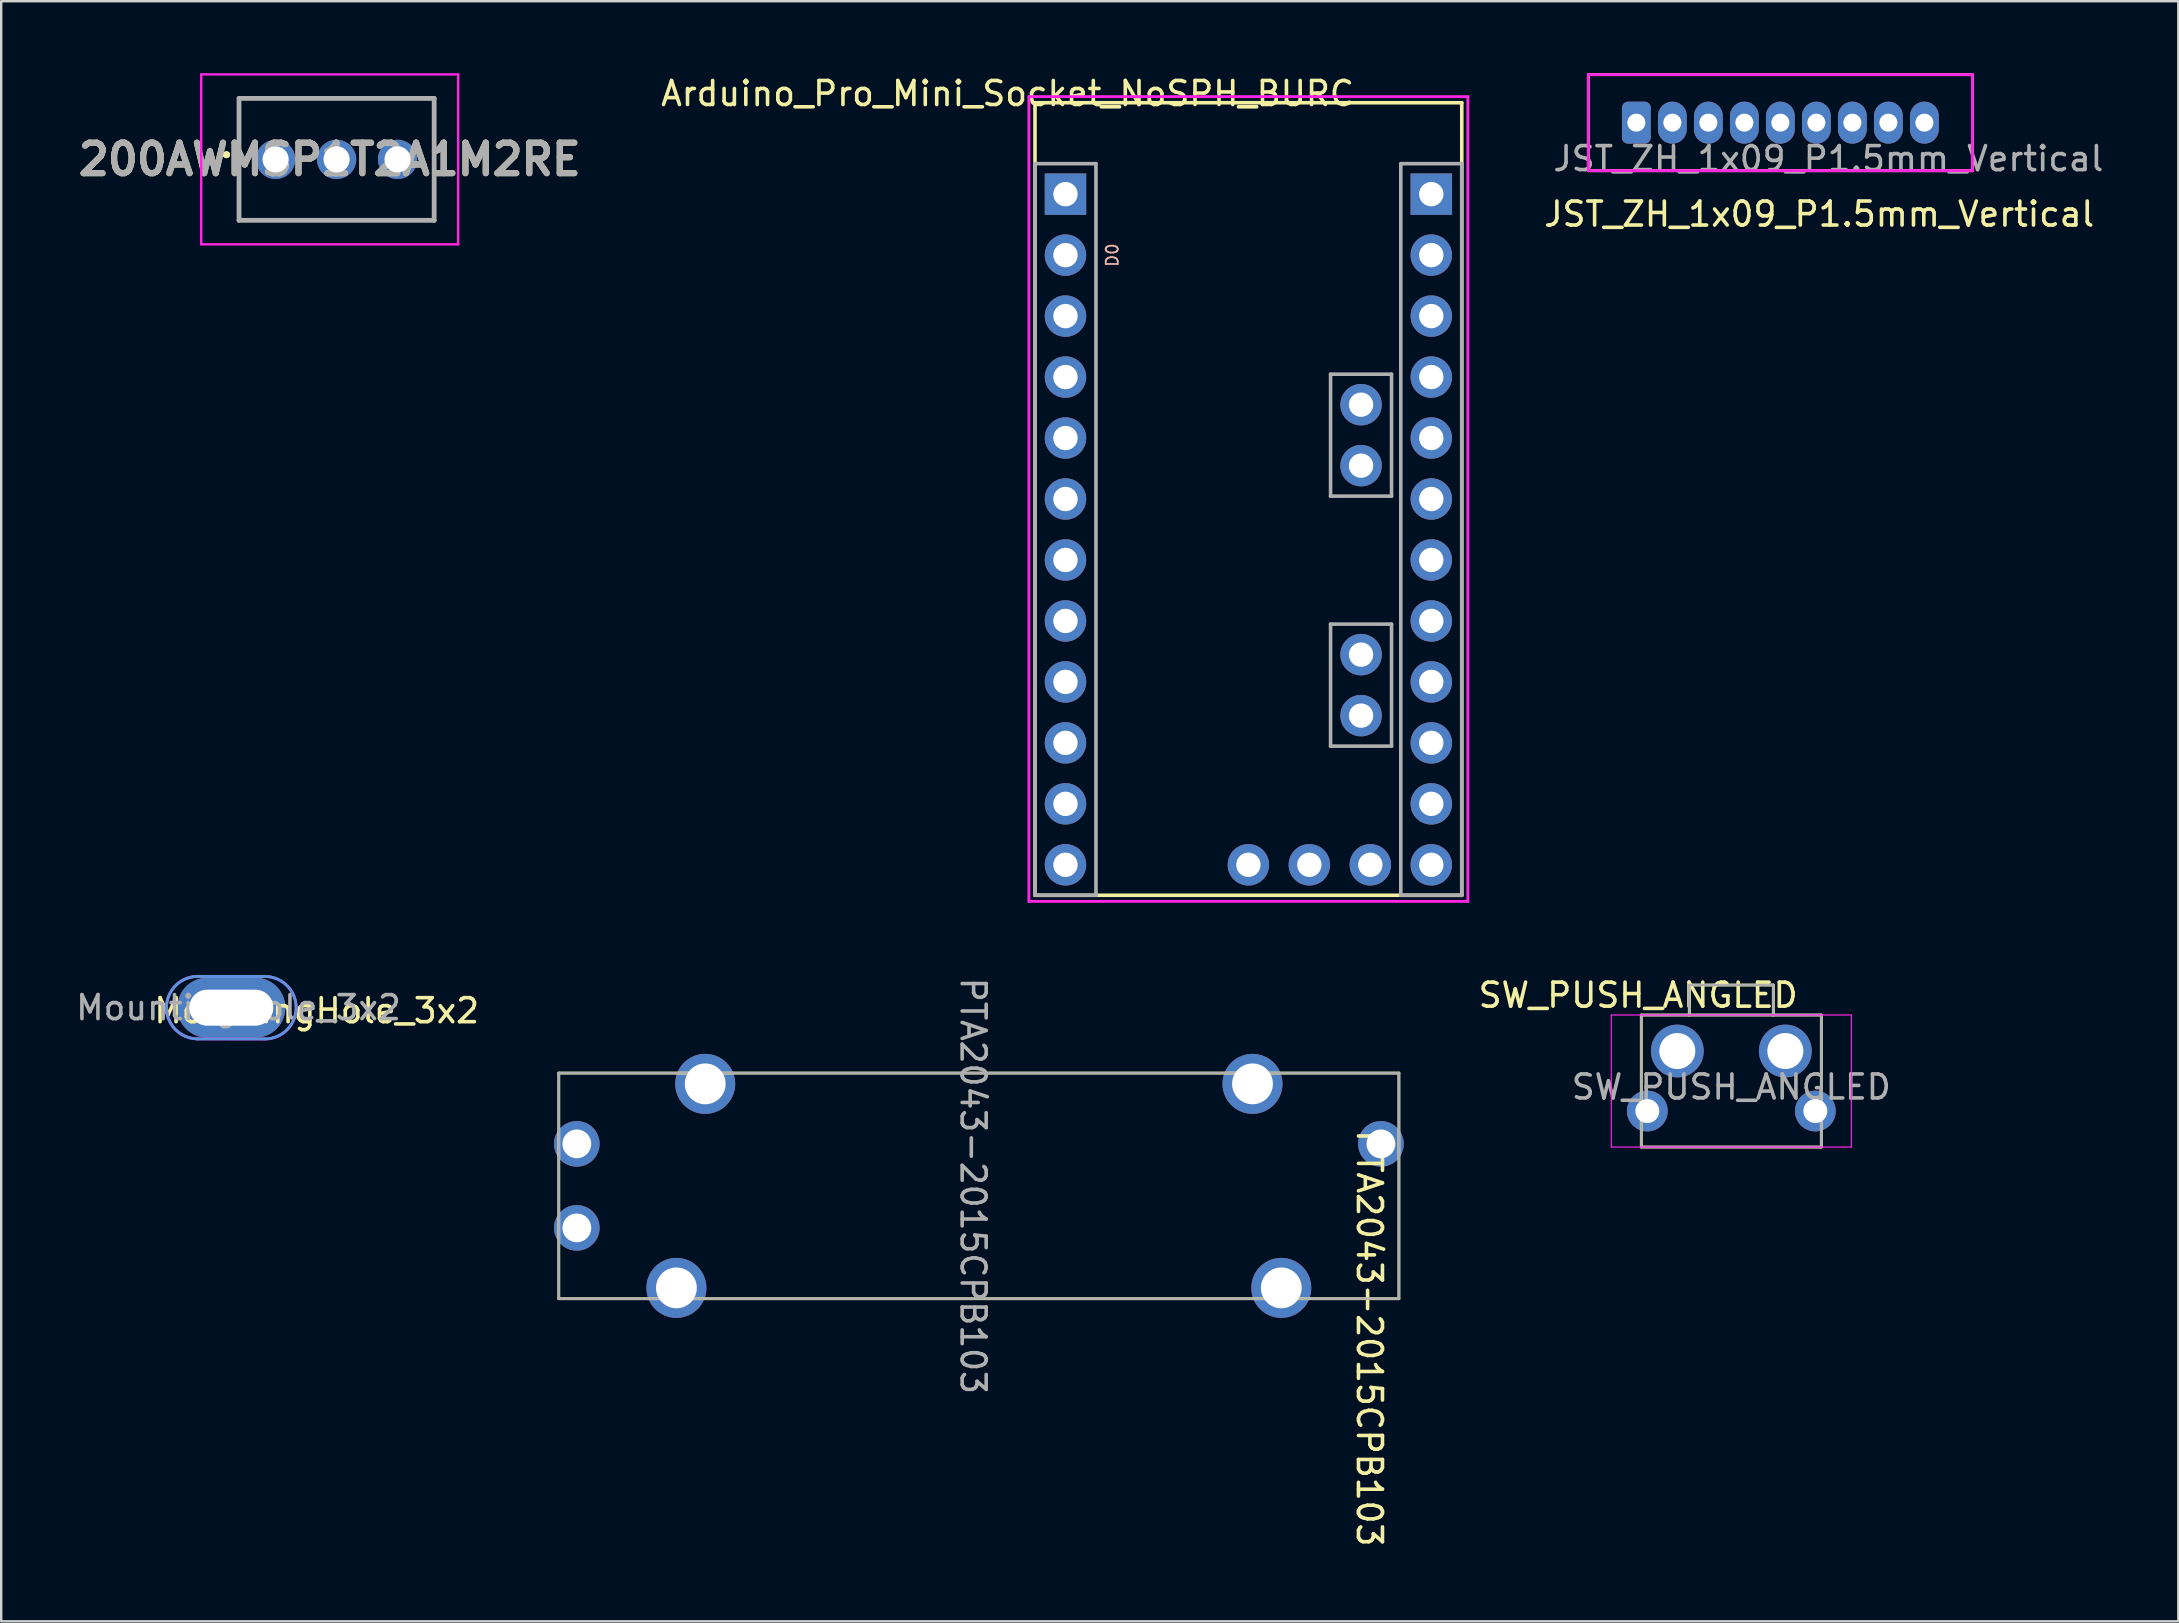
<source format=kicad_pcb>
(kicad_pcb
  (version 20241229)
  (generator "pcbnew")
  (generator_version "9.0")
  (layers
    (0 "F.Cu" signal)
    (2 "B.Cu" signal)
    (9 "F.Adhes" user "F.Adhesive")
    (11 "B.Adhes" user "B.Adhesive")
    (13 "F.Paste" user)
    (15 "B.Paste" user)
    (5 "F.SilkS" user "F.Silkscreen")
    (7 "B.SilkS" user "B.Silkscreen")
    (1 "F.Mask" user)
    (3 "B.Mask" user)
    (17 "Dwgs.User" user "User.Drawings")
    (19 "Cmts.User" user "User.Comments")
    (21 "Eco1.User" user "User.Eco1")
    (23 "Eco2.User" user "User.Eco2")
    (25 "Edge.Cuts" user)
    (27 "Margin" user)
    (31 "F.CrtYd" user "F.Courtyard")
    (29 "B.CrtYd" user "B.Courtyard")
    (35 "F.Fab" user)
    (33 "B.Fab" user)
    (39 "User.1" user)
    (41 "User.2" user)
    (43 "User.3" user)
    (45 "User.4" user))
  (footprint "JST_ZH_1x09_P1.5mm_Vertical"
    (layer "F.Cu")
    (at 65.122 2.06)
    (property "Reference" "JST_ZH_1x09_P1.5mm_Vertical" (at 7.618 3.81 180) (layer "F.SilkS") (effects (font (size 1 1) (thickness 0.15))))
    (attr through_hole)
    (fp_line (start -2 -2) (end -2 2) (stroke (width 0.12) (type default)) (layer "F.SilkS"))
    (fp_line (start -2 2) (end 14 2) (stroke (width 0.12) (type default)) (layer "F.SilkS"))
    (fp_line (start 14 -2) (end -2 -2) (stroke (width 0.12) (type default)) (layer "F.SilkS"))
    (fp_line (start 14 2) (end 14 -2) (stroke (width 0.12) (type default)) (layer "F.SilkS"))
    (fp_line (start -2 -2) (end -2 2) (stroke (width 0.12) (type default)) (layer "F.CrtYd"))
    (fp_line (start -2 2) (end 14 2) (stroke (width 0.12) (type default)) (layer "F.CrtYd"))
    (fp_line (start 14 -2) (end -2 -2) (stroke (width 0.12) (type default)) (layer "F.CrtYd"))
    (fp_line (start 14 2) (end 14 -2) (stroke (width 0.12) (type default)) (layer "F.CrtYd"))
    (fp_line (start -2 -2) (end -2 2) (stroke (width 0.1) (type default)) (layer "F.Fab"))
    (fp_line (start -2 2) (end 14 2) (stroke (width 0.1) (type default)) (layer "F.Fab"))
    (fp_line (start 14 -2) (end -2 -2) (stroke (width 0.1) (type default)) (layer "F.Fab"))
    (fp_line (start 14 2) (end 14 -2) (stroke (width 0.1) (type default)) (layer "F.Fab"))
    (fp_text user "${REFERENCE}" (at 8 1.5 180) (layer "F.Fab") (effects (font (size 1 1) (thickness 0.15))))
    (pad "1" thru_hole roundrect (at 0 0) (size 1.2 1.75) (drill 0.75) (layers "*.Cu" "*.Mask") (roundrect_rratio 0.208))
    (pad "2" thru_hole oval (at 1.5 0) (size 1.2 1.75) (drill 0.75) (layers "*.Cu" "*.Mask"))
    (pad "3" thru_hole oval (at 3 0) (size 1.2 1.75) (drill 0.75) (layers "*.Cu" "*.Mask"))
    (pad "4" thru_hole oval (at 4.5 0) (size 1.2 1.75) (drill 0.75) (layers "*.Cu" "*.Mask"))
    (pad "5" thru_hole oval (at 6 0) (size 1.2 1.75) (drill 0.75) (layers "*.Cu" "*.Mask"))
    (pad "6" thru_hole oval (at 7.5 0) (size 1.2 1.75) (drill 0.75) (layers "*.Cu" "*.Mask"))
    (pad "7" thru_hole oval (at 9 0) (size 1.2 1.75) (drill 0.75) (layers "*.Cu" "*.Mask"))
    (pad "8" thru_hole oval (at 10.5 0) (size 1.2 1.75) (drill 0.75) (layers "*.Cu" "*.Mask"))
    (pad "9" thru_hole oval (at 12 0) (size 1.2 1.75) (drill 0.75) (layers "*.Cu" "*.Mask")))
  (footprint "PTA2043-2015CPB103"
    (layer "F.Cu")
    (at 37.73 46.355)
    (property "Reference" "PTA2043-2015CPB103" (at 16.27 6.35 270) (unlocked yes) (layer "F.SilkS") (effects (font (size 1 1) (thickness 0.15))))
    (attr through_hole)
    (fp_line (start -17.5 -4.7) (end 17.5 -4.7) (stroke (width 0.12) (type solid)) (layer "F.SilkS"))
    (fp_line (start -17.5 4.7) (end -17.5 -4.7) (stroke (width 0.12) (type solid)) (layer "F.SilkS"))
    (fp_line (start 17.5 -4.7) (end 17.5 4.7) (stroke (width 0.12) (type solid)) (layer "F.SilkS"))
    (fp_line (start 17.5 4.7) (end -17.5 4.7) (stroke (width 0.12) (type solid)) (layer "F.SilkS"))
    (fp_line (start -17.5 -4.7) (end 17.5 -4.7) (stroke (width 0.1) (type solid)) (layer "F.Fab"))
    (fp_line (start -17.5 4.7) (end -17.5 -4.7) (stroke (width 0.1) (type solid)) (layer "F.Fab"))
    (fp_line (start -17.5 4.7) (end 17.5 4.7) (stroke (width 0.1) (type solid)) (layer "F.Fab"))
    (fp_line (start 17.5 4.7) (end 17.5 -4.7) (stroke (width 0.1) (type solid)) (layer "F.Fab"))
    (fp_text user "${REFERENCE}" (at -0.24 0 270) (unlocked yes) (layer "F.Fab") (effects (font (size 1 1) (thickness 0.15))))
    (pad "1" thru_hole circle (at -16.75 -1.75) (size 1.9 1.9) (drill 1.2) (layers "*.Cu" "*.Mask"))
    (pad "2" thru_hole circle (at -16.75 1.75) (size 1.9 1.9) (drill 1.2) (layers "*.Cu" "*.Mask"))
    (pad "3" thru_hole circle (at 16.75 -1.75) (size 1.9 1.9) (drill 1.2) (layers "*.Cu" "*.Mask"))
    (pad "4" thru_hole circle (at -11.4 -4.25) (size 2.5 2.5) (drill 1.7) (layers "*.Cu" "*.Mask"))
    (pad "5" thru_hole circle (at 11.4 -4.25) (size 2.5 2.5) (drill 1.7) (layers "*.Cu" "*.Mask"))
    (pad "6" thru_hole circle (at -12.6 4.25) (size 2.5 2.5) (drill 1.7) (layers "*.Cu" "*.Mask"))
    (pad "7" thru_hole circle (at 12.6 4.25) (size 2.5 2.5) (drill 1.7) (layers "*.Cu" "*.Mask")))
  (footprint "MountingHole_3x2"
    (layer "F.Cu")
    (at 6.587 38.931)
    (property "Reference" "MountingHole_3x2" (at 3.556 0.127 0) (layer "F.SilkS") (effects (font (size 1 1) (thickness 0.15))))
    (attr exclude_from_pos_files)
    (fp_line (start -1.4 -1.3) (end 1.4 -1.3) (stroke (width 0.12) (type solid)) (layer "Cmts.User"))
    (fp_line (start -1.4 1.3) (end 1.4 1.3) (stroke (width 0.12) (type solid)) (layer "Cmts.User"))
    (fp_arc (start -1.4 1.3) (mid -2.7 0) (end -1.4 -1.3) (stroke (width 0.12) (type solid)) (layer "Cmts.User"))
    (fp_arc (start 1.4 -1.3) (mid 2.7 0) (end 1.4 1.3) (stroke (width 0.12) (type solid)) (layer "Cmts.User"))
    (fp_line (start -1.4 1.3) (end 1.3 1.304) (stroke (width 0.12) (type solid)) (layer "F.CrtYd"))
    (fp_line (start -1.3 -1.3) (end 1.4 -1.3) (stroke (width 0.12) (type solid)) (layer "F.CrtYd"))
    (fp_arc (start -1.399998 1.3) (mid -2.702878 -0.053875) (end -1.3 -1.303838) (stroke (width 0.12) (type solid)) (layer "F.CrtYd"))
    (fp_arc (start 1.4 -1.3) (mid 2.70288 0.053875) (end 1.300002 1.303838) (stroke (width 0.12) (type solid)) (layer "F.CrtYd"))
    (fp_text user "${REFERENCE}" (at 0.3 0 0) (layer "F.Fab") (effects (font (size 1 1) (thickness 0.15))))
    (pad "1" thru_hole oval (at 0 0) (size 4.5 2.5) (drill oval 3.5 1.5) (layers "*.Cu" "*.Mask")))
  (footprint "SW_PUSH_ANGLED"
    (layer "F.Cu")
    (at 69.079 40.737)
    (property "Reference" "SW_PUSH_ANGLED" (at -3.881 -2.326 0) (layer "F.SilkS") (effects (font (size 1 1) (thickness 0.15))))
    (attr through_hole)
    (fp_line (start -3.75 -1.5) (end 3.75 -1.5) (stroke (width 0.12) (type default)) (layer "F.SilkS"))
    (fp_line (start -3.75 4) (end -3.75 -1.5) (stroke (width 0.12) (type default)) (layer "F.SilkS"))
    (fp_line (start -1.75 -2.75) (end 1.75 -2.75) (stroke (width 0.12) (type default)) (layer "F.SilkS"))
    (fp_line (start -1.75 -1.5) (end -1.75 -2.75) (stroke (width 0.12) (type default)) (layer "F.SilkS"))
    (fp_line (start 1.75 -2.75) (end 1.75 -1.5) (stroke (width 0.12) (type default)) (layer "F.SilkS"))
    (fp_line (start 3.75 -1.5) (end 3.75 4) (stroke (width 0.12) (type default)) (layer "F.SilkS"))
    (fp_line (start 3.75 4) (end -3.75 4) (stroke (width 0.12) (type default)) (layer "F.SilkS"))
    (fp_line (start -5 -1.5) (end -5 4) (stroke (width 0.05) (type default)) (layer "F.CrtYd"))
    (fp_line (start -5 4) (end 5 4) (stroke (width 0.05) (type default)) (layer "F.CrtYd"))
    (fp_line (start 5 -1.5) (end -5 -1.5) (stroke (width 0.05) (type default)) (layer "F.CrtYd"))
    (fp_line (start 5 4) (end 5 -1.5) (stroke (width 0.05) (type default)) (layer "F.CrtYd"))
    (fp_line (start -3.75 -1.5) (end -3.75 4) (stroke (width 0.1) (type default)) (layer "F.Fab"))
    (fp_line (start -3.75 4) (end 3.75 4) (stroke (width 0.1) (type default)) (layer "F.Fab"))
    (fp_line (start -1.75 -2.75) (end 1.75 -2.75) (stroke (width 0.1) (type default)) (layer "F.Fab"))
    (fp_line (start -1.75 -1.5) (end -1.75 -2.75) (stroke (width 0.1) (type default)) (layer "F.Fab"))
    (fp_line (start 1.75 -2.75) (end 1.75 -1.5) (stroke (width 0.1) (type default)) (layer "F.Fab"))
    (fp_line (start 3.75 -1.5) (end -3.75 -1.5) (stroke (width 0.1) (type default)) (layer "F.Fab"))
    (fp_line (start 3.75 4) (end 3.75 -1.5) (stroke (width 0.1) (type default)) (layer "F.Fab"))
    (fp_text user "${REFERENCE}" (at 0 1.5 0) (layer "F.Fab") (effects (font (size 1 1) (thickness 0.15))))
    (pad "1" thru_hole circle (at -2.25 0 90) (size 2.2 2.2) (drill 1.5) (layers "*.Cu" "*.Mask"))
    (pad "2" thru_hole circle (at 2.25 0 90) (size 2.2 2.2) (drill 1.5) (layers "*.Cu" "*.Mask"))
    (pad "3" thru_hole circle (at -3.5 2.5 90) (size 1.7 1.7) (drill 1) (layers "*.Cu" "*.Mask"))
    (pad "4" thru_hole circle (at 3.5 2.5 90) (size 1.7 1.7) (drill 1) (layers "*.Cu" "*.Mask")))
  (footprint "Arduino_Pro_Mini_Socket_NoSPH_BURC"
    (layer "F.Cu")
    (at 48.959 17.739)
    (property "Reference" "Arduino_Pro_Mini_Socket_NoSPH_BURC" (at -10.033 -16.891 0) (layer "F.SilkS") (effects (font (size 1 1) (thickness 0.15))))
    (attr through_hole)
    (fp_line (start -8.89 -16.51) (end -8.89 16.51) (stroke (width 0.15) (type solid)) (layer "F.SilkS"))
    (fp_line (start 8.89 -16.51) (end -8.89 -16.51) (stroke (width 0.15) (type solid)) (layer "F.SilkS"))
    (fp_line (start 8.89 -16.51) (end 8.89 16.51) (stroke (width 0.15) (type solid)) (layer "F.SilkS"))
    (fp_line (start 8.89 16.51) (end -8.89 16.51) (stroke (width 0.15) (type solid)) (layer "F.SilkS"))
    (fp_line (start -9.144 -16.764) (end 9.144 -16.764) (stroke (width 0.12) (type solid)) (layer "F.CrtYd"))
    (fp_line (start -9.144 16.764) (end -9.144 -16.764) (stroke (width 0.12) (type solid)) (layer "F.CrtYd"))
    (fp_line (start 9.144 -16.764) (end 9.144 16.764) (stroke (width 0.12) (type solid)) (layer "F.CrtYd"))
    (fp_line (start 9.144 16.764) (end -9.144 16.764) (stroke (width 0.12) (type solid)) (layer "F.CrtYd"))
    (fp_line (start -8.89 -13.97) (end -8.89 16.51) (stroke (width 0.15) (type solid)) (layer "F.Fab"))
    (fp_line (start -8.89 -13.97) (end -6.35 -13.97) (stroke (width 0.15) (type solid)) (layer "F.Fab"))
    (fp_line (start -8.89 16.51) (end -6.35 16.51) (stroke (width 0.15) (type solid)) (layer "F.Fab"))
    (fp_line (start -6.35 -13.97) (end -6.35 16.51) (stroke (width 0.15) (type solid)) (layer "F.Fab"))
    (fp_line (start 3.424 -5.199) (end 3.424 -0.119) (stroke (width 0.15) (type solid)) (layer "F.Fab"))
    (fp_line (start 3.424 -0.119) (end 5.964 -0.119) (stroke (width 0.15) (type solid)) (layer "F.Fab"))
    (fp_line (start 3.424 5.214) (end 3.424 10.295) (stroke (width 0.15) (type solid)) (layer "F.Fab"))
    (fp_line (start 5.964 -5.199) (end 3.424 -5.199) (stroke (width 0.15) (type solid)) (layer "F.Fab"))
    (fp_line (start 5.964 -5.199) (end 5.964 -0.119) (stroke (width 0.15) (type solid)) (layer "F.Fab"))
    (fp_line (start 5.964 5.214) (end 3.424 5.214) (stroke (width 0.15) (type solid)) (layer "F.Fab"))
    (fp_line (start 5.964 5.214) (end 5.964 10.295) (stroke (width 0.15) (type solid)) (layer "F.Fab"))
    (fp_line (start 5.964 10.295) (end 3.424 10.295) (stroke (width 0.15) (type solid)) (layer "F.Fab"))
    (fp_line (start 6.35 -13.97) (end 6.35 16.51) (stroke (width 0.15) (type solid)) (layer "F.Fab"))
    (fp_line (start 6.35 -13.97) (end 8.89 -13.97) (stroke (width 0.15) (type solid)) (layer "F.Fab"))
    (fp_line (start 6.35 16.51) (end 8.89 16.51) (stroke (width 0.15) (type solid)) (layer "F.Fab"))
    (fp_line (start 8.89 -13.97) (end 8.89 16.51) (stroke (width 0.15) (type solid)) (layer "F.Fab"))
    (fp_text user "D0" (at -5.715 -10.16 270) (unlocked yes) (layer "B.SilkS") (effects (font (size 0.5 0.5) (thickness 0.075)) (justify mirror)))
    (pad "A0" thru_hole circle (at 7.62 5.08) (size 1.727 1.727) (drill 1.016) (layers "*.Cu" "*.Mask"))
    (pad "A1" thru_hole circle (at 7.62 2.54) (size 1.727 1.727) (drill 1.016) (layers "*.Cu" "*.Mask"))
    (pad "A2" thru_hole circle (at 7.62 0) (size 1.727 1.727) (drill 1.016) (layers "*.Cu" "*.Mask"))
    (pad "A3" thru_hole circle (at 7.62 -2.54) (size 1.727 1.727) (drill 1.016) (layers "*.Cu" "*.Mask"))
    (pad "A4" thru_hole circle (at 4.694 -1.389) (size 1.727 1.727) (drill 1.016) (layers "*.Cu" "*.Mask"))
    (pad "A5" thru_hole circle (at 4.694 -3.929) (size 1.727 1.727) (drill 1.016) (layers "*.Cu" "*.Mask"))
    (pad "A6" thru_hole circle (at 2.54 15.24) (size 1.727 1.727) (drill 1.016) (layers "*.Cu" "*.Mask"))
    (pad "A6" thru_hole circle (at 4.694 9.025) (size 1.727 1.727) (drill 1.016) (layers "*.Cu" "*.Mask"))
    (pad "A7" thru_hole circle (at 4.694 6.484) (size 1.727 1.727) (drill 1.016) (layers "*.Cu" "*.Mask"))
    (pad "A7" thru_hole circle (at 5.08 15.24) (size 1.727 1.727) (drill 1.016) (layers "*.Cu" "*.Mask"))
    (pad "D0" thru_hole circle (at -7.62 -10.16) (size 1.727 1.727) (drill 1.016) (layers "*.Cu" "*.Mask"))
    (pad "D1" thru_hole rect (at -7.62 -12.7) (size 1.727 1.727) (drill 1.016) (layers "*.Cu" "*.Mask"))
    (pad "D2" thru_hole circle (at -7.62 -2.54) (size 1.727 1.727) (drill 1.016) (layers "*.Cu" "*.Mask"))
    (pad "D3" thru_hole circle (at -7.62 0) (size 1.727 1.727) (drill 1.016) (layers "*.Cu" "*.Mask"))
    (pad "D4" thru_hole circle (at -7.62 2.54) (size 1.727 1.727) (drill 1.016) (layers "*.Cu" "*.Mask"))
    (pad "D5" thru_hole circle (at -7.62 5.08) (size 1.727 1.727) (drill 1.016) (layers "*.Cu" "*.Mask"))
    (pad "D6" thru_hole circle (at -7.62 7.62) (size 1.727 1.727) (drill 1.016) (layers "*.Cu" "*.Mask"))
    (pad "D7" thru_hole circle (at -7.62 10.16) (size 1.727 1.727) (drill 1.016) (layers "*.Cu" "*.Mask"))
    (pad "D8" thru_hole circle (at -7.62 12.7) (size 1.727 1.727) (drill 1.016) (layers "*.Cu" "*.Mask"))
    (pad "D9" thru_hole circle (at -7.62 15.24) (size 1.727 1.727) (drill 1.016) (layers "*.Cu" "*.Mask"))
    (pad "D10" thru_hole circle (at 7.62 15.24) (size 1.727 1.727) (drill 1.016) (layers "*.Cu" "*.Mask"))
    (pad "D11" thru_hole circle (at 7.62 12.7) (size 1.727 1.727) (drill 1.016) (layers "*.Cu" "*.Mask"))
    (pad "D12" thru_hole circle (at 7.62 10.16) (size 1.727 1.727) (drill 1.016) (layers "*.Cu" "*.Mask"))
    (pad "D13" thru_hole circle (at 7.62 7.62) (size 1.727 1.727) (drill 1.016) (layers "*.Cu" "*.Mask"))
    (pad "GND1" thru_hole circle (at -7.62 -5.08) (size 1.727 1.727) (drill 1.016) (layers "*.Cu" "*.Mask"))
    (pad "GND2" thru_hole circle (at 0 15.24) (size 1.727 1.727) (drill 1.016) (layers "*.Cu" "*.Mask"))
    (pad "GND2" thru_hole circle (at 7.62 -10.16) (size 1.727 1.727) (drill 1.016) (layers "*.Cu" "*.Mask"))
    (pad "RAW" thru_hole rect (at 7.62 -12.7) (size 1.727 1.727) (drill 1.016) (layers "*.Cu" "*.Mask"))
    (pad "RST1" thru_hole circle (at -7.62 -7.62) (size 1.727 1.727) (drill 1.016) (layers "*.Cu" "*.Mask"))
    (pad "RST2" thru_hole circle (at 7.62 -7.62) (size 1.727 1.727) (drill 1.016) (layers "*.Cu" "*.Mask"))
    (pad "Vcc1" thru_hole circle (at 7.62 -5.08) (size 1.727 1.727) (drill 1.016) (layers "*.Cu" "*.Mask")))
  (footprint "200AWMSP1T2A1M2RE"
    (layer "F.Cu")
    (at 8.433 3.59)
    (property "Reference" "200AWMSP1T2A1M2RE" (at 2.253 0 0) (layer "F.SilkS") (effects (font (size 1.27 1.27) (thickness 0.254))))
    (attr through_hole)
    (fp_line (start -2.1 -0.2) (end -2.1 -0.2) (stroke (width 0.2) (type solid)) (layer "F.SilkS"))
    (fp_line (start -2.1 -0.2) (end -2.1 -0.2) (stroke (width 0.2) (type solid)) (layer "F.SilkS"))
    (fp_line (start -2 -0.2) (end -2 -0.2) (stroke (width 0.2) (type solid)) (layer "F.SilkS"))
    (fp_line (start -1.525 -2.54) (end 6.605 -2.54) (stroke (width 0.1) (type solid)) (layer "F.SilkS"))
    (fp_line (start -1.525 2.54) (end -1.525 -2.54) (stroke (width 0.1) (type solid)) (layer "F.SilkS"))
    (fp_line (start 6.605 -2.54) (end 6.605 2.54) (stroke (width 0.1) (type solid)) (layer "F.SilkS"))
    (fp_line (start 6.605 2.54) (end -1.525 2.54) (stroke (width 0.1) (type solid)) (layer "F.SilkS"))
    (fp_arc (start -2.1 -0.2) (mid -2.05 -0.25) (end -2 -0.2) (stroke (width 0.2) (type solid)) (layer "F.SilkS"))
    (fp_arc (start -2 -0.2) (mid -2.05 -0.15) (end -2.1 -0.2) (stroke (width 0.2) (type solid)) (layer "F.SilkS"))
    (fp_arc (start -2 -0.2) (mid -2.05 -0.15) (end -2.1 -0.2) (stroke (width 0.2) (type solid)) (layer "F.SilkS"))
    (fp_line (start -3.1 -3.54) (end 7.605 -3.54) (stroke (width 0.1) (type solid)) (layer "F.CrtYd"))
    (fp_line (start -3.1 3.54) (end -3.1 -3.54) (stroke (width 0.1) (type solid)) (layer "F.CrtYd"))
    (fp_line (start 7.605 -3.54) (end 7.605 3.54) (stroke (width 0.1) (type solid)) (layer "F.CrtYd"))
    (fp_line (start 7.605 3.54) (end -3.1 3.54) (stroke (width 0.1) (type solid)) (layer "F.CrtYd"))
    (fp_line (start -1.525 -2.54) (end -1.525 2.54) (stroke (width 0.2) (type solid)) (layer "F.Fab"))
    (fp_line (start -1.525 2.54) (end 6.605 2.54) (stroke (width 0.2) (type solid)) (layer "F.Fab"))
    (fp_line (start 6.605 -2.54) (end -1.525 -2.54) (stroke (width 0.2) (type solid)) (layer "F.Fab"))
    (fp_line (start 6.605 2.54) (end 6.605 -2.54) (stroke (width 0.2) (type solid)) (layer "F.Fab"))
    (fp_text user "${REFERENCE}" (at 2.253 0 0) (layer "F.Fab") (effects (font (size 1.27 1.27) (thickness 0.254))))
    (pad "1" thru_hole circle (at 0 0) (size 1.635 1.635) (drill 1.09) (layers "*.Cu" "*.Mask"))
    (pad "2" thru_hole circle (at 2.54 0) (size 1.635 1.635) (drill 1.09) (layers "*.Cu" "*.Mask"))
    (pad "3" thru_hole circle (at 5.08 0) (size 1.635 1.635) (drill 1.09) (layers "*.Cu" "*.Mask")))
  (gr_rect
    (start -3 -3)
    (end 87.7 64.497)
    (stroke (width 0.1) (type default))
    (fill no)
    (layer "Edge.Cuts")))
</source>
